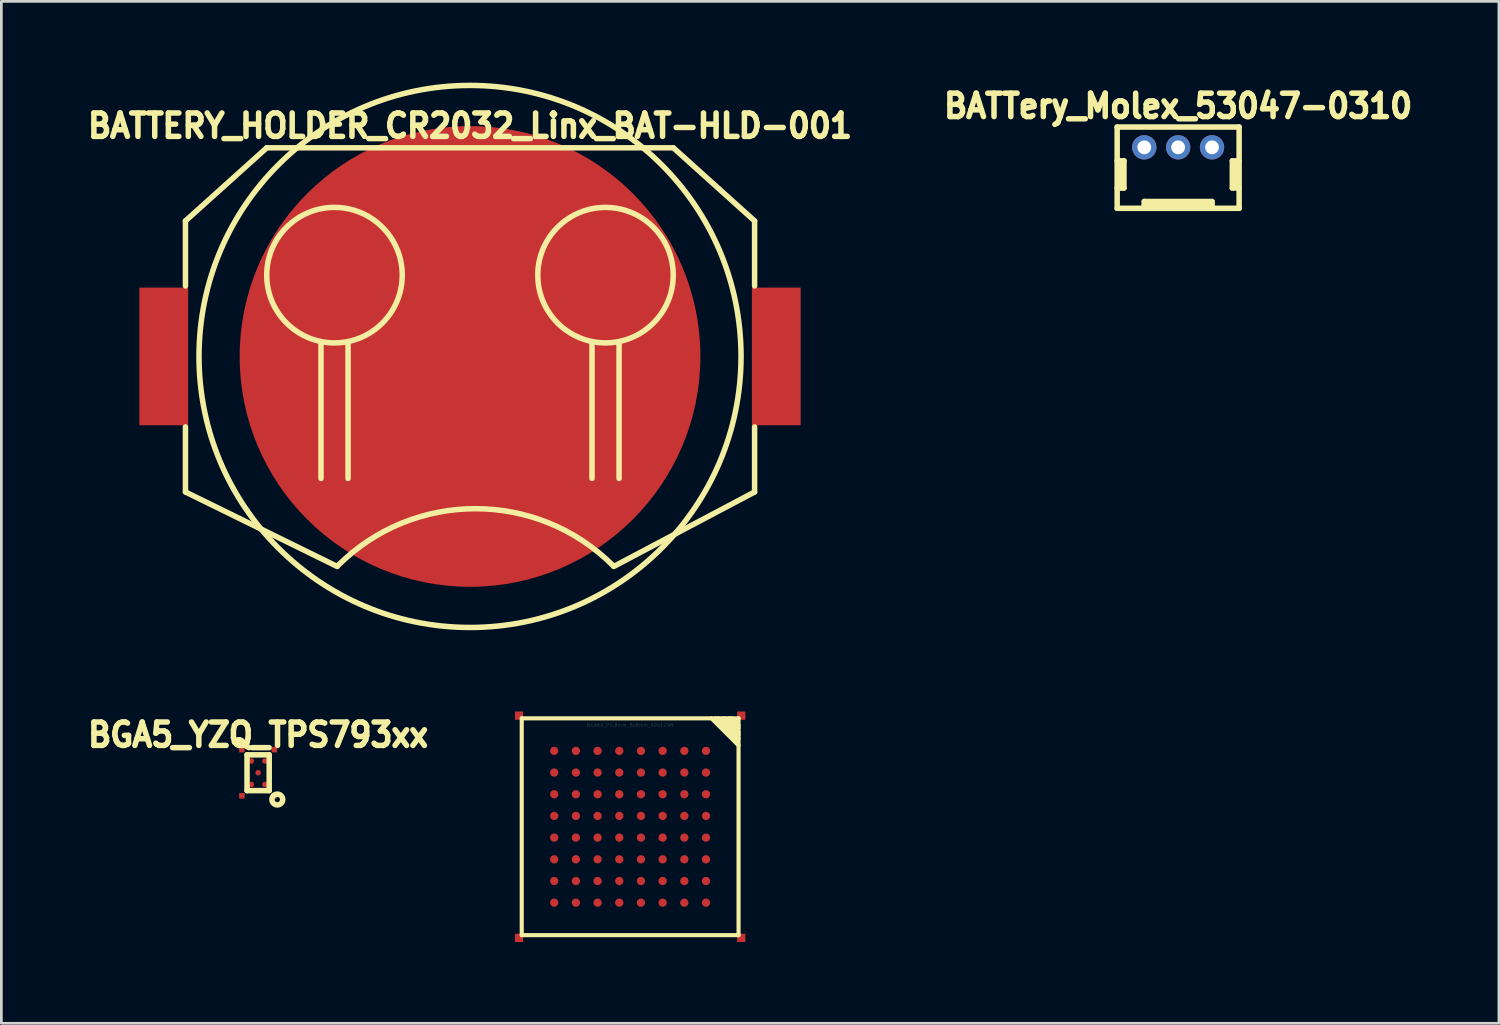
<source format=kicad_pcb>
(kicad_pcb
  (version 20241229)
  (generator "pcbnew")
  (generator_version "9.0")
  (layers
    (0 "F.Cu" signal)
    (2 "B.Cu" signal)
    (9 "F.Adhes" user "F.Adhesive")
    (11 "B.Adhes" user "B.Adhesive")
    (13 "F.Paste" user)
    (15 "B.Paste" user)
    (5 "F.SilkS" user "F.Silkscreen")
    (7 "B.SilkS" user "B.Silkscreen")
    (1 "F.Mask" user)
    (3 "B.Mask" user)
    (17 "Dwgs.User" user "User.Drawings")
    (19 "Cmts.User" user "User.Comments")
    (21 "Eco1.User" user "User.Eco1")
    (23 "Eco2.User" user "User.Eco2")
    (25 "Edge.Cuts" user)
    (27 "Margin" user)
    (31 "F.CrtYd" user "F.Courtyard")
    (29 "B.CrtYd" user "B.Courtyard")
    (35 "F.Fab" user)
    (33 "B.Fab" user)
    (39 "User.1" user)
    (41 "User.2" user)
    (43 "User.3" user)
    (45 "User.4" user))
  (footprint "BGA64_P0.8mm_8x8mm_ADS1298"
    (layer "F.Cu")
    (at 20.201 27.455)
    (property "Reference" "BGA64_P0.8mm_8x8mm_ADS1298" (at 0 -3.749 0) (layer "F.SilkS") (effects (font (size 0.127 0.127) (thickness 0.003))))
    (attr smd)
    (fp_line (start -4 -4) (end -4 4) (stroke (width 0.152) (type solid)) (layer "F.SilkS"))
    (fp_line (start -4 4) (end 4 4) (stroke (width 0.152) (type solid)) (layer "F.SilkS"))
    (fp_line (start 3 -4) (end 4 -3) (stroke (width 0.152) (type solid)) (layer "F.SilkS"))
    (fp_line (start 3.15 -4) (end 3.95 -3.2) (stroke (width 0.152) (type solid)) (layer "F.SilkS"))
    (fp_line (start 3.251 -4) (end 4 -3.251) (stroke (width 0.152) (type solid)) (layer "F.SilkS"))
    (fp_line (start 3.401 -4) (end 4 -3.401) (stroke (width 0.152) (type solid)) (layer "F.SilkS"))
    (fp_line (start 3.5 -4) (end 4 -3.5) (stroke (width 0.152) (type solid)) (layer "F.SilkS"))
    (fp_line (start 3.65 -4) (end 4 -3.65) (stroke (width 0.152) (type solid)) (layer "F.SilkS"))
    (fp_line (start 3.749 -4) (end 4 -3.749) (stroke (width 0.152) (type solid)) (layer "F.SilkS"))
    (fp_line (start 4 -4) (end -4 -4) (stroke (width 0.152) (type solid)) (layer "F.SilkS"))
    (fp_line (start 4 4) (end 4 -4) (stroke (width 0.152) (type solid)) (layer "F.SilkS"))
    (pad "1" smd rect (at -4.1 -4.1) (size 0.305 0.305) (layers "F.Cu" "F.Mask"))
    (pad "1" smd rect (at -4.1 4.1) (size 0.305 0.305) (layers "F.Cu" "F.Mask"))
    (pad "1" smd rect (at 4.1 -4.1) (size 0.305 0.305) (layers "F.Cu" "F.Mask"))
    (pad "1" smd rect (at 4.1 4.1) (size 0.305 0.305) (layers "F.Cu" "F.Mask"))
    (pad "1A" smd circle (at 2.799 -2.799 270) (size 0.305 0.305) (layers "F.Cu" "F.Mask" "F.Paste"))
    (pad "1B" smd circle (at 1.999 -2.799 270) (size 0.305 0.305) (layers "F.Cu" "F.Mask" "F.Paste"))
    (pad "1C" smd circle (at 1.199 -2.799 270) (size 0.305 0.305) (layers "F.Cu" "F.Mask" "F.Paste"))
    (pad "1D" smd circle (at 0.399 -2.799 270) (size 0.305 0.305) (layers "F.Cu" "F.Mask" "F.Paste"))
    (pad "1E" smd circle (at -0.401 -2.799 270) (size 0.305 0.305) (layers "F.Cu" "F.Mask" "F.Paste"))
    (pad "1F" smd circle (at -1.201 -2.799 270) (size 0.305 0.305) (layers "F.Cu" "F.Mask" "F.Paste"))
    (pad "1G" smd circle (at -2.002 -2.799 270) (size 0.305 0.305) (layers "F.Cu" "F.Mask" "F.Paste"))
    (pad "1H" smd circle (at -2.802 -2.799 270) (size 0.305 0.305) (layers "F.Cu" "F.Mask" "F.Paste"))
    (pad "2A" smd circle (at 2.799 -1.999 270) (size 0.305 0.305) (layers "F.Cu" "F.Mask" "F.Paste"))
    (pad "2B" smd circle (at 1.999 -1.999 270) (size 0.305 0.305) (layers "F.Cu" "F.Mask" "F.Paste"))
    (pad "2C" smd circle (at 1.199 -1.999 270) (size 0.305 0.305) (layers "F.Cu" "F.Mask" "F.Paste"))
    (pad "2D" smd circle (at 0.399 -1.999 270) (size 0.305 0.305) (layers "F.Cu" "F.Mask" "F.Paste"))
    (pad "2E" smd circle (at -0.401 -1.999 270) (size 0.305 0.305) (layers "F.Cu" "F.Mask" "F.Paste"))
    (pad "2F" smd circle (at -1.201 -1.999 270) (size 0.305 0.305) (layers "F.Cu" "F.Mask" "F.Paste"))
    (pad "2G" smd circle (at -2.002 -1.999 270) (size 0.305 0.305) (layers "F.Cu" "F.Mask" "F.Paste"))
    (pad "2H" smd circle (at -2.802 -1.999 270) (size 0.305 0.305) (layers "F.Cu" "F.Mask" "F.Paste"))
    (pad "3A" smd circle (at 2.799 -1.199 270) (size 0.305 0.305) (layers "F.Cu" "F.Mask" "F.Paste"))
    (pad "3B" smd circle (at 1.999 -1.199 270) (size 0.305 0.305) (layers "F.Cu" "F.Mask" "F.Paste"))
    (pad "3C" smd circle (at 1.199 -1.199 270) (size 0.305 0.305) (layers "F.Cu" "F.Mask" "F.Paste"))
    (pad "3D" smd circle (at 0.399 -1.199 270) (size 0.305 0.305) (layers "F.Cu" "F.Mask" "F.Paste"))
    (pad "3E" smd circle (at -0.401 -1.199 270) (size 0.305 0.305) (layers "F.Cu" "F.Mask" "F.Paste"))
    (pad "3F" smd circle (at -1.201 -1.199 270) (size 0.305 0.305) (layers "F.Cu" "F.Mask" "F.Paste"))
    (pad "3G" smd circle (at -2.002 -1.199 270) (size 0.305 0.305) (layers "F.Cu" "F.Mask" "F.Paste"))
    (pad "3H" smd circle (at -2.802 -1.199 270) (size 0.305 0.305) (layers "F.Cu" "F.Mask" "F.Paste"))
    (pad "4A" smd circle (at 2.799 -0.399 270) (size 0.305 0.305) (layers "F.Cu" "F.Mask" "F.Paste"))
    (pad "4B" smd circle (at 1.999 -0.399 270) (size 0.305 0.305) (layers "F.Cu" "F.Mask" "F.Paste"))
    (pad "4C" smd circle (at 1.199 -0.399 270) (size 0.305 0.305) (layers "F.Cu" "F.Mask" "F.Paste"))
    (pad "4D" smd circle (at 0.399 -0.399 270) (size 0.305 0.305) (layers "F.Cu" "F.Mask" "F.Paste"))
    (pad "4E" smd circle (at -0.401 -0.399 270) (size 0.305 0.305) (layers "F.Cu" "F.Mask" "F.Paste"))
    (pad "4F" smd circle (at -1.201 -0.399 270) (size 0.305 0.305) (layers "F.Cu" "F.Mask" "F.Paste"))
    (pad "4G" smd circle (at -2.002 -0.399 270) (size 0.305 0.305) (layers "F.Cu" "F.Mask" "F.Paste"))
    (pad "4H" smd circle (at -2.802 -0.399 270) (size 0.305 0.305) (layers "F.Cu" "F.Mask" "F.Paste"))
    (pad "5A" smd circle (at 2.799 0.401 270) (size 0.305 0.305) (layers "F.Cu" "F.Mask" "F.Paste"))
    (pad "5B" smd circle (at 1.999 0.401 270) (size 0.305 0.305) (layers "F.Cu" "F.Mask" "F.Paste"))
    (pad "5C" smd circle (at 1.199 0.401 270) (size 0.305 0.305) (layers "F.Cu" "F.Mask" "F.Paste"))
    (pad "5D" smd circle (at 0.399 0.401 270) (size 0.305 0.305) (layers "F.Cu" "F.Mask" "F.Paste"))
    (pad "5E" smd circle (at -0.401 0.401 270) (size 0.305 0.305) (layers "F.Cu" "F.Mask" "F.Paste"))
    (pad "5F" smd circle (at -1.201 0.401 270) (size 0.305 0.305) (layers "F.Cu" "F.Mask" "F.Paste"))
    (pad "5G" smd circle (at -2.002 0.401 270) (size 0.305 0.305) (layers "F.Cu" "F.Mask" "F.Paste"))
    (pad "5H" smd circle (at -2.802 0.401 270) (size 0.305 0.305) (layers "F.Cu" "F.Mask" "F.Paste"))
    (pad "6A" smd circle (at 2.799 1.201 270) (size 0.305 0.305) (layers "F.Cu" "F.Mask" "F.Paste"))
    (pad "6B" smd circle (at 1.999 1.201 270) (size 0.305 0.305) (layers "F.Cu" "F.Mask" "F.Paste"))
    (pad "6C" smd circle (at 1.199 1.201 270) (size 0.305 0.305) (layers "F.Cu" "F.Mask" "F.Paste"))
    (pad "6D" smd circle (at 0.399 1.201 270) (size 0.305 0.305) (layers "F.Cu" "F.Mask" "F.Paste"))
    (pad "6E" smd circle (at -0.401 1.201 270) (size 0.305 0.305) (layers "F.Cu" "F.Mask" "F.Paste"))
    (pad "6F" smd circle (at -1.201 1.201 270) (size 0.305 0.305) (layers "F.Cu" "F.Mask" "F.Paste"))
    (pad "6G" smd circle (at -2.002 1.201 270) (size 0.305 0.305) (layers "F.Cu" "F.Mask" "F.Paste"))
    (pad "6H" smd circle (at -2.802 1.201 270) (size 0.305 0.305) (layers "F.Cu" "F.Mask" "F.Paste"))
    (pad "7A" smd circle (at 2.799 2.002 270) (size 0.305 0.305) (layers "F.Cu" "F.Mask" "F.Paste"))
    (pad "7B" smd circle (at 1.999 2.002 270) (size 0.305 0.305) (layers "F.Cu" "F.Mask" "F.Paste"))
    (pad "7C" smd circle (at 1.199 2.002 270) (size 0.305 0.305) (layers "F.Cu" "F.Mask" "F.Paste"))
    (pad "7D" smd circle (at 0.399 2.002 270) (size 0.305 0.305) (layers "F.Cu" "F.Mask" "F.Paste"))
    (pad "7E" smd circle (at -0.401 2.002 270) (size 0.305 0.305) (layers "F.Cu" "F.Mask" "F.Paste"))
    (pad "7F" smd circle (at -1.201 2.002 270) (size 0.305 0.305) (layers "F.Cu" "F.Mask" "F.Paste"))
    (pad "7G" smd circle (at -2.002 2.002 270) (size 0.305 0.305) (layers "F.Cu" "F.Mask" "F.Paste"))
    (pad "7H" smd circle (at -2.802 2.002 270) (size 0.305 0.305) (layers "F.Cu" "F.Mask" "F.Paste"))
    (pad "8A" smd circle (at 2.799 2.802 270) (size 0.305 0.305) (layers "F.Cu" "F.Mask" "F.Paste"))
    (pad "8B" smd circle (at 1.999 2.802 270) (size 0.305 0.305) (layers "F.Cu" "F.Mask" "F.Paste"))
    (pad "8C" smd circle (at 1.199 2.802 270) (size 0.305 0.305) (layers "F.Cu" "F.Mask" "F.Paste"))
    (pad "8D" smd circle (at 0.399 2.802 270) (size 0.305 0.305) (layers "F.Cu" "F.Mask" "F.Paste"))
    (pad "8E" smd circle (at -0.401 2.802 270) (size 0.305 0.305) (layers "F.Cu" "F.Mask" "F.Paste"))
    (pad "8F" smd circle (at -1.201 2.802 270) (size 0.305 0.305) (layers "F.Cu" "F.Mask" "F.Paste"))
    (pad "8G" smd circle (at -2.002 2.802 270) (size 0.305 0.305) (layers "F.Cu" "F.Mask" "F.Paste"))
    (pad "8H" smd circle (at -2.802 2.802 270) (size 0.305 0.305) (layers "F.Cu" "F.Mask" "F.Paste")))
  (footprint "BATTERY_HOLDER_CR2032_Linx_BAT-HLD-001"
    (layer "F.Cu")
    (at 14.293 10.102)
    (property "Reference" "BATTERY_HOLDER_CR2032_Linx_BAT-HLD-001" (at 0 -8.509 0) (layer "F.SilkS") (effects (font (size 0.864 0.813) (thickness 0.203))))
    (attr through_hole)
    (fp_line (start -10.5 -5.001) (end -10.5 -2.601) (stroke (width 0.203) (type solid)) (layer "F.SilkS"))
    (fp_line (start -10.5 -5.001) (end -7.501 -7.699) (stroke (width 0.203) (type solid)) (layer "F.SilkS"))
    (fp_line (start -10.5 5.001) (end -10.5 2.601) (stroke (width 0.203) (type solid)) (layer "F.SilkS"))
    (fp_line (start -7.501 -7.699) (end 7.501 -7.699) (stroke (width 0.203) (type solid)) (layer "F.SilkS"))
    (fp_line (start -5.499 -0.5) (end -5.499 4.501) (stroke (width 0.203) (type solid)) (layer "F.SilkS"))
    (fp_line (start -4.9 7.75) (end -10.5 5.001) (stroke (width 0.203) (type solid)) (layer "F.SilkS"))
    (fp_line (start -4.501 -0.5) (end -4.501 4.501) (stroke (width 0.203) (type solid)) (layer "F.SilkS"))
    (fp_line (start 4.501 -0.5) (end 4.501 4.501) (stroke (width 0.203) (type solid)) (layer "F.SilkS"))
    (fp_line (start 5.301 7.75) (end 10.5 5.001) (stroke (width 0.203) (type solid)) (layer "F.SilkS"))
    (fp_line (start 5.499 -0.5) (end 5.499 4.501) (stroke (width 0.203) (type solid)) (layer "F.SilkS"))
    (fp_line (start 10.5 -5.001) (end 7.501 -7.699) (stroke (width 0.203) (type solid)) (layer "F.SilkS"))
    (fp_line (start 10.5 -5.001) (end 10.5 -2.601) (stroke (width 0.203) (type solid)) (layer "F.SilkS"))
    (fp_line (start 10.5 5.001) (end 10.5 2.601) (stroke (width 0.203) (type solid)) (layer "F.SilkS"))
    (fp_arc (start -4.87934 7.7216) (mid 0.20066 5.617395) (end 5.28066 7.7216) (stroke (width 0.2032) (type solid)) (layer "F.SilkS"))
    (fp_circle (center -5.001 -3) (end -7.501 -3) (stroke (width 0.203) (type solid)) (fill no) (layer "F.SilkS"))
    (fp_circle (center 0 0) (end 10 0) (stroke (width 0.203) (type solid)) (fill no) (layer "F.SilkS"))
    (fp_circle (center 4.999 -3) (end 7.498 -3) (stroke (width 0.203) (type solid)) (fill no) (layer "F.SilkS"))
    (pad "1" smd rect (at -11.3 0) (size 1.801 5.08) (layers "F.Cu" "F.Mask" "F.Paste"))
    (pad "1" smd rect (at 11.3 0) (size 1.801 5.08) (layers "F.Cu" "F.Mask" "F.Paste"))
    (pad "2" smd circle (at 0 0) (size 17 17) (layers "F.Cu" "F.Mask")))
  (footprint "BGA5_YZQ_TPS793xx"
    (layer "F.Cu")
    (at 6.474 25.462)
    (property "Reference" "BGA5_YZQ_TPS793xx" (at 0 -1.397 0) (layer "F.SilkS") (effects (font (size 0.864 0.813) (thickness 0.203))))
    (attr smd)
    (fp_line (start -0.409 -0.66) (end -0.409 0.66) (stroke (width 0.203) (type solid)) (layer "F.SilkS"))
    (fp_line (start -0.409 0.66) (end 0.409 0.66) (stroke (width 0.203) (type solid)) (layer "F.SilkS"))
    (fp_line (start 0.409 -0.66) (end -0.409 -0.66) (stroke (width 0.203) (type solid)) (layer "F.SilkS"))
    (fp_line (start 0.409 0.66) (end 0.409 -0.66) (stroke (width 0.203) (type solid)) (layer "F.SilkS"))
    (fp_circle (center 0.709 0.988) (end 0.777 1.059) (stroke (width 0.203) (type solid)) (fill no) (layer "F.SilkS"))
    (pad "0" smd rect (at -0.597 -0.851) (size 0.203 0.203) (layers "F.Cu" "F.Mask" "F.Paste"))
    (pad "0" smd rect (at -0.597 0.851) (size 0.203 0.203) (layers "F.Cu" "F.Mask" "F.Paste"))
    (pad "0" smd rect (at 0.597 -0.851) (size 0.203 0.203) (layers "F.Cu" "F.Mask" "F.Paste"))
    (pad "0" smd rect (at 0.597 0.851) (size 0.203 0.203) (layers "F.Cu" "F.Mask" "F.Paste"))
    (pad "A1" smd circle (at 0.249 0.432) (size 0.203 0.203) (layers "F.Cu" "F.Mask" "F.Paste"))
    (pad "A3" smd circle (at -0.249 0.432) (size 0.203 0.203) (layers "F.Cu" "F.Mask" "F.Paste"))
    (pad "B2" smd circle (at 0 0) (size 0.203 0.203) (layers "F.Cu" "F.Mask" "F.Paste"))
    (pad "C1" smd circle (at 0.249 -0.432) (size 0.203 0.203) (layers "F.Cu" "F.Mask" "F.Paste"))
    (pad "C3" smd circle (at -0.249 -0.432) (size 0.203 0.203) (layers "F.Cu" "F.Mask" "F.Paste")))
  (footprint "BATTery_Molex_53047-0310"
    (layer "F.Cu")
    (at 40.421 2.386)
    (property "Reference" "BATTery_Molex_53047-0310" (at 0 -1.524 0) (layer "F.SilkS") (effects (font (size 0.864 0.813) (thickness 0.203))))
    (attr through_hole)
    (fp_line (start -2.25 -0.749) (end -2.25 2.25) (stroke (width 0.203) (type solid)) (layer "F.SilkS"))
    (fp_line (start -2.25 0.5) (end -1.999 0.5) (stroke (width 0.203) (type solid)) (layer "F.SilkS"))
    (fp_line (start -2.25 2.25) (end 2.25 2.25) (stroke (width 0.203) (type solid)) (layer "F.SilkS"))
    (fp_line (start -2.101 0.5) (end -2.101 1.501) (stroke (width 0.203) (type solid)) (layer "F.SilkS"))
    (fp_line (start -1.999 0.5) (end -1.999 1.501) (stroke (width 0.203) (type solid)) (layer "F.SilkS"))
    (fp_line (start -1.999 1.501) (end -2.25 1.501) (stroke (width 0.203) (type solid)) (layer "F.SilkS"))
    (fp_line (start -1.25 1.999) (end 1.25 1.999) (stroke (width 0.203) (type solid)) (layer "F.SilkS"))
    (fp_line (start -1.25 2.25) (end -1.25 1.999) (stroke (width 0.203) (type solid)) (layer "F.SilkS"))
    (fp_line (start 1.25 1.999) (end 1.25 2.25) (stroke (width 0.203) (type solid)) (layer "F.SilkS"))
    (fp_line (start 1.25 2.126) (end -1.25 2.126) (stroke (width 0.203) (type solid)) (layer "F.SilkS"))
    (fp_line (start 1.999 0.5) (end 2.25 0.5) (stroke (width 0.203) (type solid)) (layer "F.SilkS"))
    (fp_line (start 1.999 1.501) (end 1.999 0.5) (stroke (width 0.203) (type solid)) (layer "F.SilkS"))
    (fp_line (start 2.149 1.45) (end 2.149 0.551) (stroke (width 0.203) (type solid)) (layer "F.SilkS"))
    (fp_line (start 2.25 -0.749) (end -2.25 -0.749) (stroke (width 0.203) (type solid)) (layer "F.SilkS"))
    (fp_line (start 2.25 1.501) (end 1.999 1.501) (stroke (width 0.203) (type solid)) (layer "F.SilkS"))
    (fp_line (start 2.25 2.25) (end 2.25 -0.749) (stroke (width 0.203) (type solid)) (layer "F.SilkS"))
    (pad "1" thru_hole circle (at 1.25 0) (size 0.899 0.899) (drill 0.508) (layers "*.Cu" "*.Mask"))
    (pad "2" thru_hole circle (at 0 0) (size 0.899 0.899) (drill 0.508) (layers "*.Cu" "*.Mask"))
    (pad "3" thru_hole circle (at -1.25 0) (size 0.899 0.899) (drill 0.508) (layers "*.Cu" "*.Mask")))
  (gr_rect
    (start -3 -3)
    (end 52.256 34.707)
    (stroke (width 0.1) (type default))
    (fill no)
    (layer "Edge.Cuts")))
</source>
